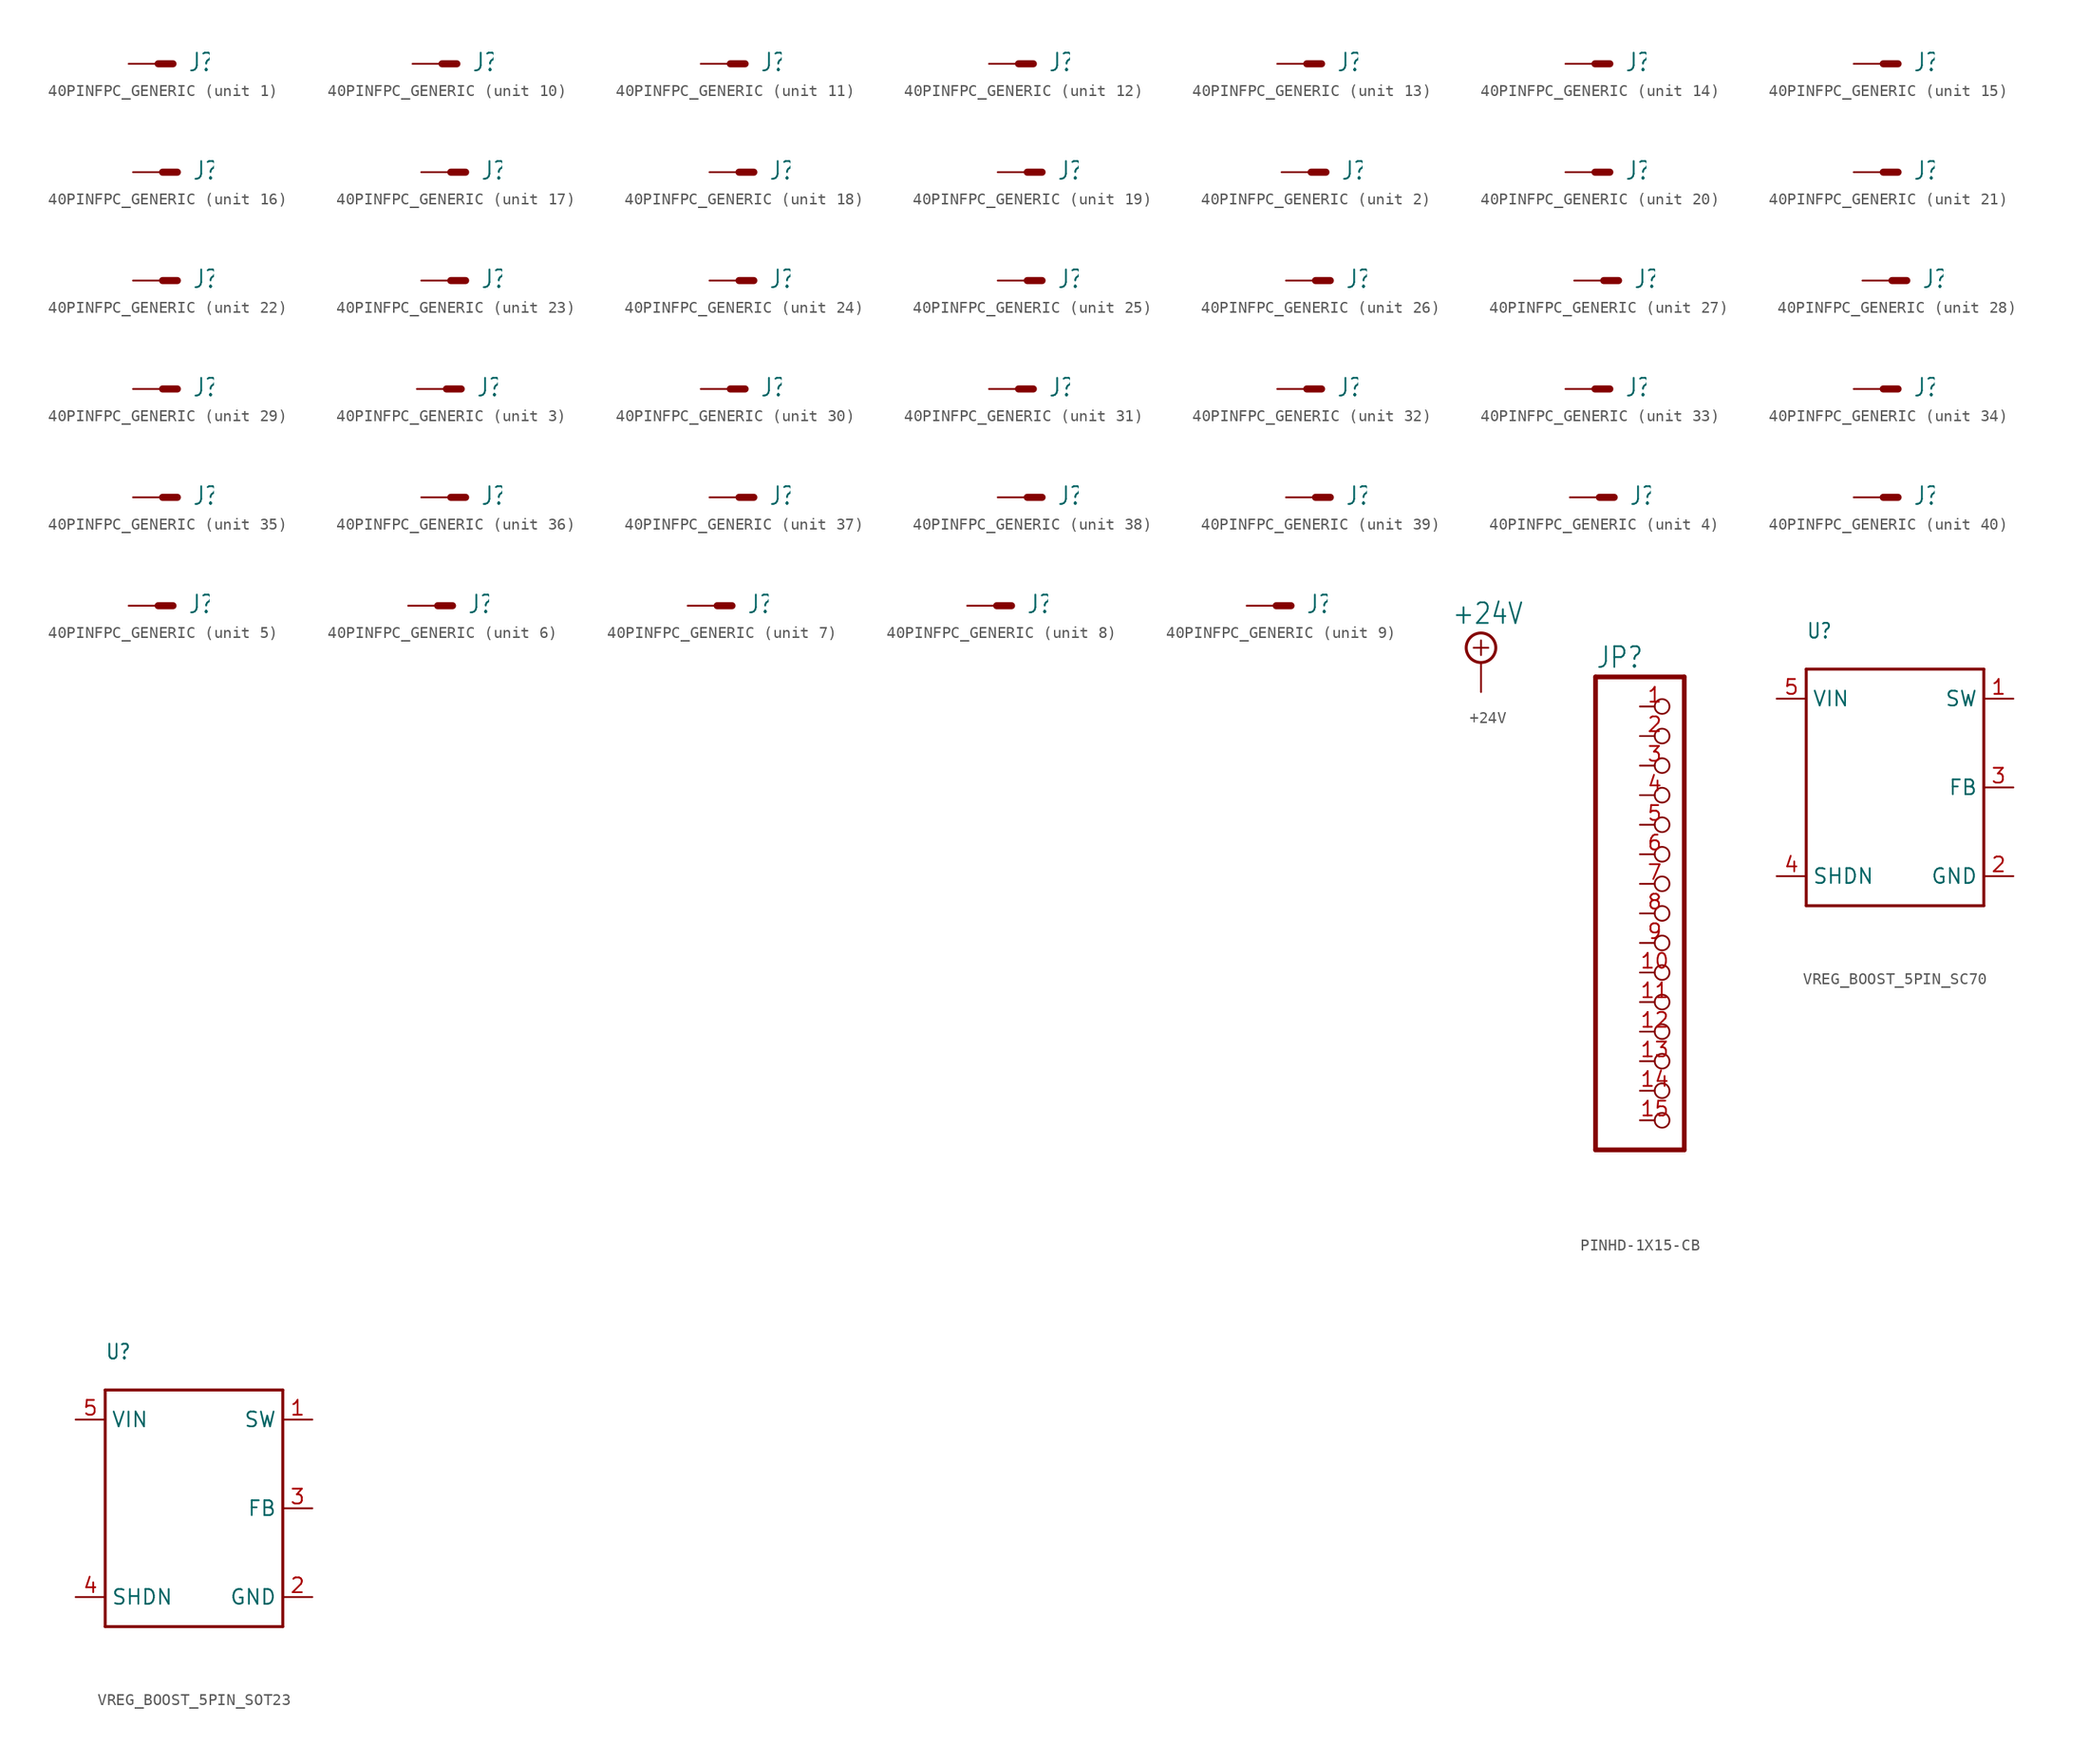
<source format=kicad_sym>
(kicad_symbol_lib
  (version 20220914)
  (generator kicad_symbol_editor)
  (symbol "40PINFPC_GENERIC"
    (property "Reference" "J"
      (at 2.54 -0.762 0)
      (effects (font (size 1.524 1.295)) (justify left bottom)))
    (property "ki_locked" ""
      (at 0 0 0)
      (effects (font (size 1.27 1.27))))
    (symbol "40PINFPC_GENERIC_1_0"
      (polyline (pts (xy 0 0) (xy 1.27 0)) (stroke (width 0.61) (type solid)) (fill (type none)))
      (pin passive line (at -2.54 0 0) (length 2.54) (name "MSV" (effects (font (size 0 0)))) (number "1" (effects (font (size 0 0))))))
    (symbol "40PINFPC_GENERIC_2_0"
      (polyline (pts (xy 0 0) (xy 1.27 0)) (stroke (width 0.61) (type solid)) (fill (type none)))
      (pin passive line (at -2.54 0 0) (length 2.54) (name "MS" (effects (font (size 0 0)))) (number "2" (effects (font (size 0 0))))))
    (symbol "40PINFPC_GENERIC_3_0"
      (polyline (pts (xy 0 0) (xy 1.27 0)) (stroke (width 0.61) (type solid)) (fill (type none)))
      (pin passive line (at -2.54 0 0) (length 2.54) (name "MS" (effects (font (size 0 0)))) (number "3" (effects (font (size 0 0))))))
    (symbol "40PINFPC_GENERIC_4_0"
      (polyline (pts (xy 0 0) (xy 1.27 0)) (stroke (width 0.61) (type solid)) (fill (type none)))
      (pin passive line (at -2.54 0 0) (length 2.54) (name "MS" (effects (font (size 0 0)))) (number "4" (effects (font (size 0 0))))))
    (symbol "40PINFPC_GENERIC_5_0"
      (polyline (pts (xy 0 0) (xy 1.27 0)) (stroke (width 0.61) (type solid)) (fill (type none)))
      (pin passive line (at -2.54 0 0) (length 2.54) (name "MS" (effects (font (size 0 0)))) (number "5" (effects (font (size 0 0))))))
    (symbol "40PINFPC_GENERIC_6_0"
      (polyline (pts (xy 0 0) (xy 1.27 0)) (stroke (width 0.61) (type solid)) (fill (type none)))
      (pin passive line (at -2.54 0 0) (length 2.54) (name "MS" (effects (font (size 0 0)))) (number "6" (effects (font (size 0 0))))))
    (symbol "40PINFPC_GENERIC_7_0"
      (polyline (pts (xy 0 0) (xy 1.27 0)) (stroke (width 0.61) (type solid)) (fill (type none)))
      (pin passive line (at -2.54 0 0) (length 2.54) (name "MS" (effects (font (size 0 0)))) (number "7" (effects (font (size 0 0))))))
    (symbol "40PINFPC_GENERIC_8_0"
      (polyline (pts (xy 0 0) (xy 1.27 0)) (stroke (width 0.61) (type solid)) (fill (type none)))
      (pin passive line (at -2.54 0 0) (length 2.54) (name "MS" (effects (font (size 0 0)))) (number "8" (effects (font (size 0 0))))))
    (symbol "40PINFPC_GENERIC_9_0"
      (polyline (pts (xy 0 0) (xy 1.27 0)) (stroke (width 0.61) (type solid)) (fill (type none)))
      (pin passive line (at -2.54 0 0) (length 2.54) (name "MS" (effects (font (size 0 0)))) (number "9" (effects (font (size 0 0))))))
    (symbol "40PINFPC_GENERIC_10_0"
      (polyline (pts (xy 0 0) (xy 1.27 0)) (stroke (width 0.61) (type solid)) (fill (type none)))
      (pin passive line (at -2.54 0 0) (length 2.54) (name "MS" (effects (font (size 0 0)))) (number "10" (effects (font (size 0 0))))))
    (symbol "40PINFPC_GENERIC_11_0"
      (polyline (pts (xy 0 0) (xy 1.27 0)) (stroke (width 0.61) (type solid)) (fill (type none)))
      (pin passive line (at -2.54 0 0) (length 2.54) (name "MS" (effects (font (size 0 0)))) (number "11" (effects (font (size 0 0))))))
    (symbol "40PINFPC_GENERIC_12_0"
      (polyline (pts (xy 0 0) (xy 1.27 0)) (stroke (width 0.61) (type solid)) (fill (type none)))
      (pin passive line (at -2.54 0 0) (length 2.54) (name "MS" (effects (font (size 0 0)))) (number "12" (effects (font (size 0 0))))))
    (symbol "40PINFPC_GENERIC_13_0"
      (polyline (pts (xy 0 0) (xy 1.27 0)) (stroke (width 0.61) (type solid)) (fill (type none)))
      (pin passive line (at -2.54 0 0) (length 2.54) (name "MS" (effects (font (size 0 0)))) (number "13" (effects (font (size 0 0))))))
    (symbol "40PINFPC_GENERIC_14_0"
      (polyline (pts (xy 0 0) (xy 1.27 0)) (stroke (width 0.61) (type solid)) (fill (type none)))
      (pin passive line (at -2.54 0 0) (length 2.54) (name "MS" (effects (font (size 0 0)))) (number "14" (effects (font (size 0 0))))))
    (symbol "40PINFPC_GENERIC_15_0"
      (polyline (pts (xy 0 0) (xy 1.27 0)) (stroke (width 0.61) (type solid)) (fill (type none)))
      (pin passive line (at -2.54 0 0) (length 2.54) (name "MS" (effects (font (size 0 0)))) (number "15" (effects (font (size 0 0))))))
    (symbol "40PINFPC_GENERIC_16_0"
      (polyline (pts (xy 0 0) (xy 1.27 0)) (stroke (width 0.61) (type solid)) (fill (type none)))
      (pin passive line (at -2.54 0 0) (length 2.54) (name "MS" (effects (font (size 0 0)))) (number "16" (effects (font (size 0 0))))))
    (symbol "40PINFPC_GENERIC_17_0"
      (polyline (pts (xy 0 0) (xy 1.27 0)) (stroke (width 0.61) (type solid)) (fill (type none)))
      (pin passive line (at -2.54 0 0) (length 2.54) (name "MS" (effects (font (size 0 0)))) (number "17" (effects (font (size 0 0))))))
    (symbol "40PINFPC_GENERIC_18_0"
      (polyline (pts (xy 0 0) (xy 1.27 0)) (stroke (width 0.61) (type solid)) (fill (type none)))
      (pin passive line (at -2.54 0 0) (length 2.54) (name "MS" (effects (font (size 0 0)))) (number "18" (effects (font (size 0 0))))))
    (symbol "40PINFPC_GENERIC_19_0"
      (polyline (pts (xy 0 0) (xy 1.27 0)) (stroke (width 0.61) (type solid)) (fill (type none)))
      (pin passive line (at -2.54 0 0) (length 2.54) (name "MS" (effects (font (size 0 0)))) (number "19" (effects (font (size 0 0))))))
    (symbol "40PINFPC_GENERIC_20_0"
      (polyline (pts (xy 0 0) (xy 1.27 0)) (stroke (width 0.61) (type solid)) (fill (type none)))
      (pin passive line (at -2.54 0 0) (length 2.54) (name "MS" (effects (font (size 0 0)))) (number "20" (effects (font (size 0 0))))))
    (symbol "40PINFPC_GENERIC_21_0"
      (polyline (pts (xy 0 0) (xy 1.27 0)) (stroke (width 0.61) (type solid)) (fill (type none)))
      (pin passive line (at -2.54 0 0) (length 2.54) (name "MS" (effects (font (size 0 0)))) (number "21" (effects (font (size 0 0))))))
    (symbol "40PINFPC_GENERIC_22_0"
      (polyline (pts (xy 0 0) (xy 1.27 0)) (stroke (width 0.61) (type solid)) (fill (type none)))
      (pin passive line (at -2.54 0 0) (length 2.54) (name "MS" (effects (font (size 0 0)))) (number "22" (effects (font (size 0 0))))))
    (symbol "40PINFPC_GENERIC_23_0"
      (polyline (pts (xy 0 0) (xy 1.27 0)) (stroke (width 0.61) (type solid)) (fill (type none)))
      (pin passive line (at -2.54 0 0) (length 2.54) (name "MS" (effects (font (size 0 0)))) (number "23" (effects (font (size 0 0))))))
    (symbol "40PINFPC_GENERIC_24_0"
      (polyline (pts (xy 0 0) (xy 1.27 0)) (stroke (width 0.61) (type solid)) (fill (type none)))
      (pin passive line (at -2.54 0 0) (length 2.54) (name "MS" (effects (font (size 0 0)))) (number "24" (effects (font (size 0 0))))))
    (symbol "40PINFPC_GENERIC_25_0"
      (polyline (pts (xy 0 0) (xy 1.27 0)) (stroke (width 0.61) (type solid)) (fill (type none)))
      (pin passive line (at -2.54 0 0) (length 2.54) (name "MS" (effects (font (size 0 0)))) (number "25" (effects (font (size 0 0))))))
    (symbol "40PINFPC_GENERIC_26_0"
      (polyline (pts (xy 0 0) (xy 1.27 0)) (stroke (width 0.61) (type solid)) (fill (type none)))
      (pin passive line (at -2.54 0 0) (length 2.54) (name "MS" (effects (font (size 0 0)))) (number "26" (effects (font (size 0 0))))))
    (symbol "40PINFPC_GENERIC_27_0"
      (polyline (pts (xy 0 0) (xy 1.27 0)) (stroke (width 0.61) (type solid)) (fill (type none)))
      (pin passive line (at -2.54 0 0) (length 2.54) (name "MS" (effects (font (size 0 0)))) (number "27" (effects (font (size 0 0))))))
    (symbol "40PINFPC_GENERIC_28_0"
      (polyline (pts (xy 0 0) (xy 1.27 0)) (stroke (width 0.61) (type solid)) (fill (type none)))
      (pin passive line (at -2.54 0 0) (length 2.54) (name "MS" (effects (font (size 0 0)))) (number "28" (effects (font (size 0 0))))))
    (symbol "40PINFPC_GENERIC_29_0"
      (polyline (pts (xy 0 0) (xy 1.27 0)) (stroke (width 0.61) (type solid)) (fill (type none)))
      (pin passive line (at -2.54 0 0) (length 2.54) (name "MS" (effects (font (size 0 0)))) (number "29" (effects (font (size 0 0))))))
    (symbol "40PINFPC_GENERIC_30_0"
      (polyline (pts (xy 0 0) (xy 1.27 0)) (stroke (width 0.61) (type solid)) (fill (type none)))
      (pin passive line (at -2.54 0 0) (length 2.54) (name "MS" (effects (font (size 0 0)))) (number "30" (effects (font (size 0 0))))))
    (symbol "40PINFPC_GENERIC_31_0"
      (polyline (pts (xy 0 0) (xy 1.27 0)) (stroke (width 0.61) (type solid)) (fill (type none)))
      (pin passive line (at -2.54 0 0) (length 2.54) (name "MS" (effects (font (size 0 0)))) (number "31" (effects (font (size 0 0))))))
    (symbol "40PINFPC_GENERIC_32_0"
      (polyline (pts (xy 0 0) (xy 1.27 0)) (stroke (width 0.61) (type solid)) (fill (type none)))
      (pin passive line (at -2.54 0 0) (length 2.54) (name "MS" (effects (font (size 0 0)))) (number "32" (effects (font (size 0 0))))))
    (symbol "40PINFPC_GENERIC_33_0"
      (polyline (pts (xy 0 0) (xy 1.27 0)) (stroke (width 0.61) (type solid)) (fill (type none)))
      (pin passive line (at -2.54 0 0) (length 2.54) (name "MS" (effects (font (size 0 0)))) (number "33" (effects (font (size 0 0))))))
    (symbol "40PINFPC_GENERIC_34_0"
      (polyline (pts (xy 0 0) (xy 1.27 0)) (stroke (width 0.61) (type solid)) (fill (type none)))
      (pin passive line (at -2.54 0 0) (length 2.54) (name "MS" (effects (font (size 0 0)))) (number "34" (effects (font (size 0 0))))))
    (symbol "40PINFPC_GENERIC_35_0"
      (polyline (pts (xy 0 0) (xy 1.27 0)) (stroke (width 0.61) (type solid)) (fill (type none)))
      (pin passive line (at -2.54 0 0) (length 2.54) (name "MS" (effects (font (size 0 0)))) (number "35" (effects (font (size 0 0))))))
    (symbol "40PINFPC_GENERIC_36_0"
      (polyline (pts (xy 0 0) (xy 1.27 0)) (stroke (width 0.61) (type solid)) (fill (type none)))
      (pin passive line (at -2.54 0 0) (length 2.54) (name "MS" (effects (font (size 0 0)))) (number "36" (effects (font (size 0 0))))))
    (symbol "40PINFPC_GENERIC_37_0"
      (polyline (pts (xy 0 0) (xy 1.27 0)) (stroke (width 0.61) (type solid)) (fill (type none)))
      (pin passive line (at -2.54 0 0) (length 2.54) (name "MS" (effects (font (size 0 0)))) (number "37" (effects (font (size 0 0))))))
    (symbol "40PINFPC_GENERIC_38_0"
      (polyline (pts (xy 0 0) (xy 1.27 0)) (stroke (width 0.61) (type solid)) (fill (type none)))
      (pin passive line (at -2.54 0 0) (length 2.54) (name "MS" (effects (font (size 0 0)))) (number "38" (effects (font (size 0 0))))))
    (symbol "40PINFPC_GENERIC_39_0"
      (polyline (pts (xy 0 0) (xy 1.27 0)) (stroke (width 0.61) (type solid)) (fill (type none)))
      (pin passive line (at -2.54 0 0) (length 2.54) (name "MS" (effects (font (size 0 0)))) (number "39" (effects (font (size 0 0))))))
    (symbol "40PINFPC_GENERIC_40_0"
      (polyline (pts (xy 0 0) (xy 1.27 0)) (stroke (width 0.61) (type solid)) (fill (type none)))
      (pin passive line (at -2.54 0 0) (length 2.54) (name "MS" (effects (font (size 0 0)))) (number "40" (effects (font (size 0 0)))))))
  (symbol "+24V"
    (power)
    (property "Reference" "#SUPPLY"
      (at 0 0 0)
      (effects (font (size 1.27 1.27)) hide))
    (property "Value" "+24V"
      (at -2.54 3.175 0)
      (effects (font (size 1.778 1.511)) (justify left bottom)))
    (property "ki_locked" ""
      (at 0 0 0)
      (effects (font (size 1.27 1.27))))
    (symbol "+24V_1_0"
      (polyline (pts (xy -0.635 1.27) (xy 0.635 1.27)) (stroke (width 0.152) (type solid)) (fill (type none)))
      (polyline (pts (xy 0 0.635) (xy 0 1.905)) (stroke (width 0.152) (type solid)) (fill (type none)))
      (circle (center 0 1.27) (radius 1.27) (stroke (width 0.254) (type solid)) (fill (type none)))
      (pin power_in line (at 0 -2.54 90) (length 2.54) (name "+24V" (effects (font (size 0 0)))) (number "1" (effects (font (size 0 0)))))))
  (symbol "PINHD-1X15-CB"
    (property "Reference" "JP"
      (at -6.35 20.955 0)
      (effects (font (size 1.778 1.511)) (justify left bottom)))
    (property "Value" ""
      (at -6.35 -22.86 0)
      (effects (font (size 1.778 1.511)) (justify left bottom)))
    (property "ki_locked" ""
      (at 0 0 0)
      (effects (font (size 1.27 1.27))))
    (symbol "PINHD-1X15-CB_1_0"
      (polyline (pts (xy -6.35 -20.32) (xy 1.27 -20.32)) (stroke (width 0.406) (type solid)) (fill (type none)))
      (polyline (pts (xy -6.35 20.32) (xy -6.35 -20.32)) (stroke (width 0.406) (type solid)) (fill (type none)))
      (polyline (pts (xy 1.27 -20.32) (xy 1.27 20.32)) (stroke (width 0.406) (type solid)) (fill (type none)))
      (polyline (pts (xy 1.27 20.32) (xy -6.35 20.32)) (stroke (width 0.406) (type solid)) (fill (type none)))
      (pin passive inverted (at -2.54 17.78 0) (length 2.54) (name "1" (effects (font (size 0 0)))) (number "1" (effects (font (size 1.27 1.27)))))
      (pin passive inverted (at -2.54 -5.08 0) (length 2.54) (name "10" (effects (font (size 0 0)))) (number "10" (effects (font (size 1.27 1.27)))))
      (pin passive inverted (at -2.54 -7.62 0) (length 2.54) (name "11" (effects (font (size 0 0)))) (number "11" (effects (font (size 1.27 1.27)))))
      (pin passive inverted (at -2.54 -10.16 0) (length 2.54) (name "12" (effects (font (size 0 0)))) (number "12" (effects (font (size 1.27 1.27)))))
      (pin passive inverted (at -2.54 -12.7 0) (length 2.54) (name "13" (effects (font (size 0 0)))) (number "13" (effects (font (size 1.27 1.27)))))
      (pin passive inverted (at -2.54 -15.24 0) (length 2.54) (name "14" (effects (font (size 0 0)))) (number "14" (effects (font (size 1.27 1.27)))))
      (pin passive inverted (at -2.54 -17.78 0) (length 2.54) (name "15" (effects (font (size 0 0)))) (number "15" (effects (font (size 1.27 1.27)))))
      (pin passive inverted (at -2.54 15.24 0) (length 2.54) (name "2" (effects (font (size 0 0)))) (number "2" (effects (font (size 1.27 1.27)))))
      (pin passive inverted (at -2.54 12.7 0) (length 2.54) (name "3" (effects (font (size 0 0)))) (number "3" (effects (font (size 1.27 1.27)))))
      (pin passive inverted (at -2.54 10.16 0) (length 2.54) (name "4" (effects (font (size 0 0)))) (number "4" (effects (font (size 1.27 1.27)))))
      (pin passive inverted (at -2.54 7.62 0) (length 2.54) (name "5" (effects (font (size 0 0)))) (number "5" (effects (font (size 1.27 1.27)))))
      (pin passive inverted (at -2.54 5.08 0) (length 2.54) (name "6" (effects (font (size 0 0)))) (number "6" (effects (font (size 1.27 1.27)))))
      (pin passive inverted (at -2.54 2.54 0) (length 2.54) (name "7" (effects (font (size 0 0)))) (number "7" (effects (font (size 1.27 1.27)))))
      (pin passive inverted (at -2.54 0 0) (length 2.54) (name "8" (effects (font (size 0 0)))) (number "8" (effects (font (size 1.27 1.27)))))
      (pin passive inverted (at -2.54 -2.54 0) (length 2.54) (name "9" (effects (font (size 0 0)))) (number "9" (effects (font (size 1.27 1.27)))))))
  (symbol "VREG_BOOST_5PIN_SC70"
    (property "Reference" "U"
      (at -7.62 12.7 0)
      (effects (font (size 1.27 1.079)) (justify left bottom)))
    (property "Value" ""
      (at -7.62 -12.7 0)
      (effects (font (size 1.27 1.079)) (justify left bottom)))
    (property "ki_locked" ""
      (at 0 0 0)
      (effects (font (size 1.27 1.27))))
    (symbol "VREG_BOOST_5PIN_SC70_1_0"
      (polyline (pts (xy -7.62 -10.16) (xy -7.62 10.16)) (stroke (width 0.254) (type solid)) (fill (type none)))
      (polyline (pts (xy -7.62 10.16) (xy 7.62 10.16)) (stroke (width 0.254) (type solid)) (fill (type none)))
      (polyline (pts (xy 7.62 -10.16) (xy -7.62 -10.16)) (stroke (width 0.254) (type solid)) (fill (type none)))
      (polyline (pts (xy 7.62 10.16) (xy 7.62 -10.16)) (stroke (width 0.254) (type solid)) (fill (type none)))
      (pin bidirectional line (at 10.16 7.62 180) (length 2.54) (name "SW" (effects (font (size 1.27 1.27)))) (number "1" (effects (font (size 1.27 1.27)))))
      (pin bidirectional line (at 10.16 -7.62 180) (length 2.54) (name "GND" (effects (font (size 1.27 1.27)))) (number "2" (effects (font (size 1.27 1.27)))))
      (pin bidirectional line (at 10.16 0 180) (length 2.54) (name "FB" (effects (font (size 1.27 1.27)))) (number "3" (effects (font (size 1.27 1.27)))))
      (pin bidirectional line (at -10.16 -7.62 0) (length 2.54) (name "SHDN" (effects (font (size 1.27 1.27)))) (number "4" (effects (font (size 1.27 1.27)))))
      (pin bidirectional line (at -10.16 7.62 0) (length 2.54) (name "VIN" (effects (font (size 1.27 1.27)))) (number "5" (effects (font (size 1.27 1.27)))))))
  (symbol "VREG_BOOST_5PIN_SOT23"
    (property "Reference" "U"
      (at -7.62 12.7 0)
      (effects (font (size 1.27 1.079)) (justify left bottom)))
    (property "Value" ""
      (at -7.62 -12.7 0)
      (effects (font (size 1.27 1.079)) (justify left bottom)))
    (property "ki_locked" ""
      (at 0 0 0)
      (effects (font (size 1.27 1.27))))
    (symbol "VREG_BOOST_5PIN_SOT23_1_0"
      (polyline (pts (xy -7.62 -10.16) (xy -7.62 10.16)) (stroke (width 0.254) (type solid)) (fill (type none)))
      (polyline (pts (xy -7.62 10.16) (xy 7.62 10.16)) (stroke (width 0.254) (type solid)) (fill (type none)))
      (polyline (pts (xy 7.62 -10.16) (xy -7.62 -10.16)) (stroke (width 0.254) (type solid)) (fill (type none)))
      (polyline (pts (xy 7.62 10.16) (xy 7.62 -10.16)) (stroke (width 0.254) (type solid)) (fill (type none)))
      (pin bidirectional line (at 10.16 7.62 180) (length 2.54) (name "SW" (effects (font (size 1.27 1.27)))) (number "1" (effects (font (size 1.27 1.27)))))
      (pin bidirectional line (at 10.16 -7.62 180) (length 2.54) (name "GND" (effects (font (size 1.27 1.27)))) (number "2" (effects (font (size 1.27 1.27)))))
      (pin bidirectional line (at 10.16 0 180) (length 2.54) (name "FB" (effects (font (size 1.27 1.27)))) (number "3" (effects (font (size 1.27 1.27)))))
      (pin bidirectional line (at -10.16 -7.62 0) (length 2.54) (name "SHDN" (effects (font (size 1.27 1.27)))) (number "4" (effects (font (size 1.27 1.27)))))
      (pin bidirectional line (at -10.16 7.62 0) (length 2.54) (name "VIN" (effects (font (size 1.27 1.27)))) (number "5" (effects (font (size 1.27 1.27))))))))
</source>
